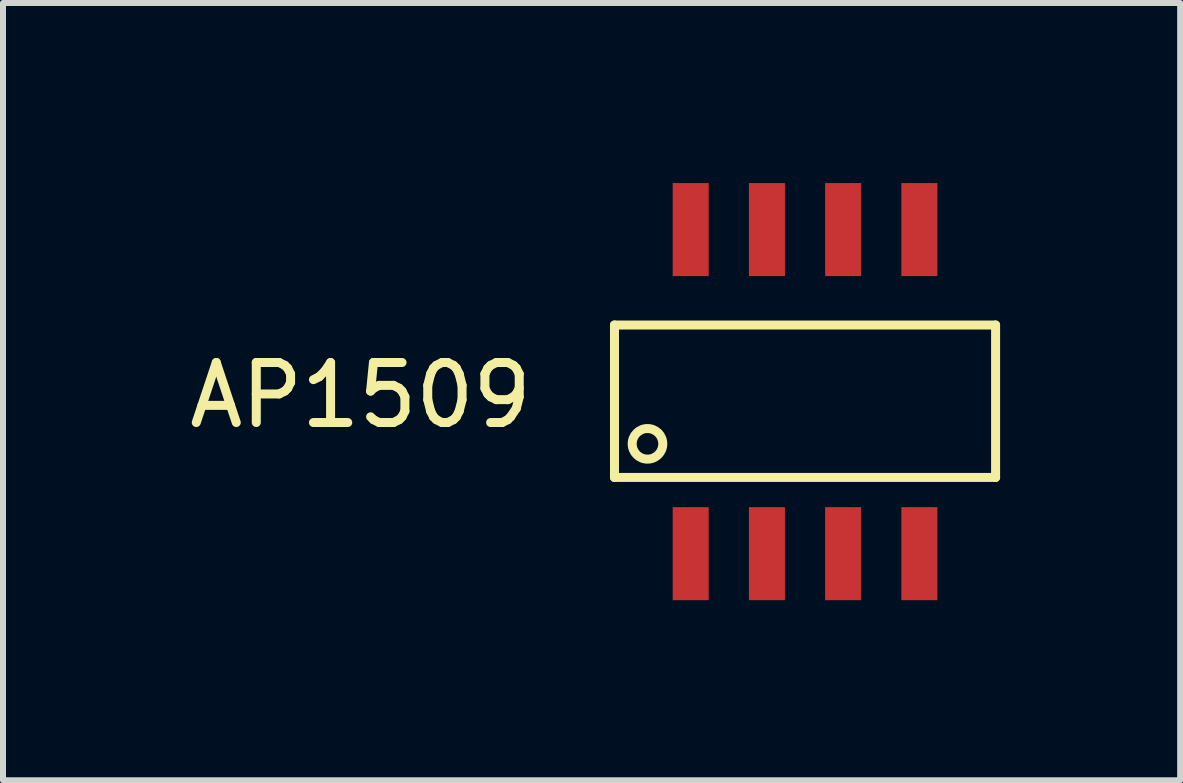
<source format=kicad_pcb>
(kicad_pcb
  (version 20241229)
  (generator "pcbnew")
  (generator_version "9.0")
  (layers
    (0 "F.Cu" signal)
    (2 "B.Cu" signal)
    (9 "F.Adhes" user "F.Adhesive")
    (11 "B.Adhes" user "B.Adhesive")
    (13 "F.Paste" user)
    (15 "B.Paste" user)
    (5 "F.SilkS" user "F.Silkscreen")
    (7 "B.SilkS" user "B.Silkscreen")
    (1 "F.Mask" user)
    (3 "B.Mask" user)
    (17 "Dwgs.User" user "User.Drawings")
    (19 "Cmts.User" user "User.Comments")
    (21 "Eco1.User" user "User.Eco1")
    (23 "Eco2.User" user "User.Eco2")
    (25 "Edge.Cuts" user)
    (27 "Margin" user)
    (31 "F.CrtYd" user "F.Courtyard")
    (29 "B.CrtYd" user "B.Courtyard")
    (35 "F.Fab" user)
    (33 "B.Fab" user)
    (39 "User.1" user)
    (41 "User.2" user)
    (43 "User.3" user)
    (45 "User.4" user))
  (footprint "AP1509"
    (layer "F.Cu")
    (at 8.458 6.175)
    (property "Reference" "AP1509" (at -5.5 -2.64 0) (layer "F.SilkS") (effects (font (size 1 1) (thickness 0.15))))
    (attr through_hole)
    (fp_line (start -1.27 -3.81) (end -1.27 -1.27) (stroke (width 0.15) (type solid)) (layer "F.SilkS"))
    (fp_line (start -1.27 -1.27) (end 5.08 -1.27) (stroke (width 0.15) (type solid)) (layer "F.SilkS"))
    (fp_line (start 5.08 -3.81) (end -1.27 -3.81) (stroke (width 0.15) (type solid)) (layer "F.SilkS"))
    (fp_line (start 5.08 -1.27) (end 5.08 -3.81) (stroke (width 0.15) (type solid)) (layer "F.SilkS"))
    (fp_circle (center -0.72 -1.83) (end -0.53 -2) (stroke (width 0.15) (type solid)) (fill no) (layer "F.SilkS"))
    (pad "1" smd rect (at 0 0) (size 0.6 1.55) (layers "F.Cu" "F.Mask" "F.Paste"))
    (pad "2" smd rect (at 1.27 0) (size 0.6 1.55) (layers "F.Cu" "F.Mask" "F.Paste"))
    (pad "3" smd rect (at 2.54 0) (size 0.6 1.55) (layers "F.Cu" "F.Mask" "F.Paste"))
    (pad "4" smd rect (at 3.81 0) (size 0.6 1.55) (layers "F.Cu" "F.Mask" "F.Paste"))
    (pad "5" smd rect (at 3.81 -5.4) (size 0.6 1.55) (layers "F.Cu" "F.Mask" "F.Paste"))
    (pad "6" smd rect (at 2.54 -5.4) (size 0.6 1.55) (layers "F.Cu" "F.Mask" "F.Paste"))
    (pad "7" smd rect (at 1.27 -5.4) (size 0.6 1.55) (layers "F.Cu" "F.Mask" "F.Paste"))
    (pad "8" smd rect (at 0 -5.4) (size 0.6 1.55) (layers "F.Cu" "F.Mask" "F.Paste")))
  (gr_rect
    (start -3 -3)
    (end 16.613 9.95)
    (stroke (width 0.1) (type default))
    (fill no)
    (layer "Edge.Cuts")))
</source>
